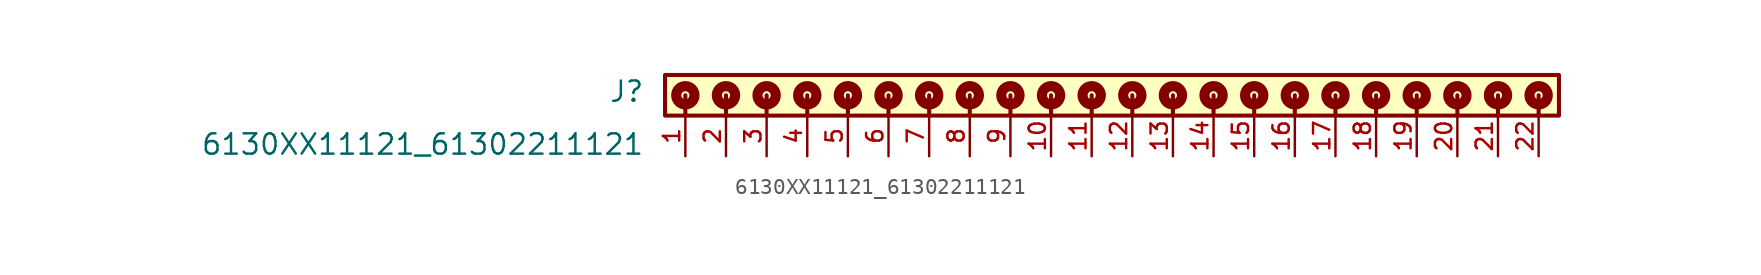
<source format=kicad_sym>
(kicad_symbol_lib
  (version 20211014)
  (generator kicad_symbol_editor)
  (symbol "6130XX11121_61302211121"
    (pin_names
      (offset 1.016))
    (property "Reference" "J"
      (at -27.94 -1.778 0)
      (effects (font (size 1.27 1.27)) (justify bottom right)))
    (property "Value" "6130XX11121_61302211121"
      (at -27.94 -5.08 0)
      (effects (font (size 1.27 1.27)) (justify bottom right)))
    (symbol "6130XX11121_61302211121_0_0"
      (polyline (pts (xy -25.4 -1.27) (xy -25.4 -2.54)) (stroke (width 0.254)))
      (polyline (pts (xy -22.86 -1.27) (xy -22.86 -2.54)) (stroke (width 0.254)))
      (polyline (pts (xy -20.32 -1.27) (xy -20.32 -2.54)) (stroke (width 0.254)))
      (polyline (pts (xy -17.78 -1.27) (xy -17.78 -2.54)) (stroke (width 0.254)))
      (polyline (pts (xy -15.24 -1.27) (xy -15.24 -2.54)) (stroke (width 0.254)))
      (polyline (pts (xy -12.7 -1.27) (xy -12.7 -2.54)) (stroke (width 0.254)))
      (polyline (pts (xy -10.16 -1.27) (xy -10.16 -2.54)) (stroke (width 0.254)))
      (polyline (pts (xy -7.62 -1.27) (xy -7.62 -2.54)) (stroke (width 0.254)))
      (polyline (pts (xy -5.08 -1.27) (xy -5.08 -2.54)) (stroke (width 0.254)))
      (polyline (pts (xy -2.54 -1.27) (xy -2.54 -2.54)) (stroke (width 0.254)))
      (polyline (pts (xy 0.0 -1.27) (xy 0.0 -2.54)) (stroke (width 0.254)))
      (polyline (pts (xy 2.54 -1.27) (xy 2.54 -2.54)) (stroke (width 0.254)))
      (polyline (pts (xy 5.08 -1.27) (xy 5.08 -2.54)) (stroke (width 0.254)))
      (polyline (pts (xy 7.62 -1.27) (xy 7.62 -2.54)) (stroke (width 0.254)))
      (polyline (pts (xy 10.16 -1.27) (xy 10.16 -2.54)) (stroke (width 0.254)))
      (polyline (pts (xy 12.7 -1.27) (xy 12.7 -2.54)) (stroke (width 0.254)))
      (polyline (pts (xy 15.24 -1.27) (xy 15.24 -2.54)) (stroke (width 0.254)))
      (polyline (pts (xy 17.78 -1.27) (xy 17.78 -2.54)) (stroke (width 0.254)))
      (polyline (pts (xy 20.32 -1.27) (xy 20.32 -2.54)) (stroke (width 0.254)))
      (polyline (pts (xy 22.86 -1.27) (xy 22.86 -2.54)) (stroke (width 0.254)))
      (polyline (pts (xy 25.4 -1.27) (xy 25.4 -2.54)) (stroke (width 0.254)))
      (polyline (pts (xy 27.94 -1.27) (xy 27.94 -2.54)) (stroke (width 0.254)))
      (circle (center -25.4 -1.27) (radius 0.254) (stroke (width 0.635)) (fill (type none)))
      (circle (center -22.86 -1.27) (radius 0.254) (stroke (width 0.635)) (fill (type none)))
      (circle (center -20.32 -1.27) (radius 0.254) (stroke (width 0.635)) (fill (type none)))
      (circle (center -17.78 -1.27) (radius 0.254) (stroke (width 0.635)) (fill (type none)))
      (circle (center -15.24 -1.27) (radius 0.254) (stroke (width 0.635)) (fill (type none)))
      (circle (center -12.7 -1.27) (radius 0.254) (stroke (width 0.635)) (fill (type none)))
      (circle (center -10.16 -1.27) (radius 0.254) (stroke (width 0.635)) (fill (type none)))
      (circle (center -7.62 -1.27) (radius 0.254) (stroke (width 0.635)) (fill (type none)))
      (circle (center -5.08 -1.27) (radius 0.254) (stroke (width 0.635)) (fill (type none)))
      (circle (center -2.54 -1.27) (radius 0.254) (stroke (width 0.635)) (fill (type none)))
      (circle (center 0.0 -1.27) (radius 0.254) (stroke (width 0.635)) (fill (type none)))
      (circle (center 2.54 -1.27) (radius 0.254) (stroke (width 0.635)) (fill (type none)))
      (circle (center 5.08 -1.27) (radius 0.254) (stroke (width 0.635)) (fill (type none)))
      (circle (center 7.62 -1.27) (radius 0.254) (stroke (width 0.635)) (fill (type none)))
      (circle (center 10.16 -1.27) (radius 0.254) (stroke (width 0.635)) (fill (type none)))
      (circle (center 12.7 -1.27) (radius 0.254) (stroke (width 0.635)) (fill (type none)))
      (circle (center 15.24 -1.27) (radius 0.254) (stroke (width 0.635)) (fill (type none)))
      (circle (center 17.78 -1.27) (radius 0.254) (stroke (width 0.635)) (fill (type none)))
      (circle (center 20.32 -1.27) (radius 0.254) (stroke (width 0.635)) (fill (type none)))
      (circle (center 22.86 -1.27) (radius 0.254) (stroke (width 0.635)) (fill (type none)))
      (circle (center 25.4 -1.27) (radius 0.254) (stroke (width 0.635)) (fill (type none)))
      (circle (center 27.94 -1.27) (radius 0.254) (stroke (width 0.635)) (fill (type none)))
      (rectangle (start -26.67 -2.54) (end 29.21 2.22044604925e-16) (stroke (width 0.254)) (fill (type background)))
      (pin passive line (at -25.4 -5.08 90.0) (length 2.54) (name "~" (effects (font (size 1.016 1.016)))) (number "1" (effects (font (size 1.016 1.016)))))
      (pin passive line (at -22.86 -5.08 90.0) (length 2.54) (name "~" (effects (font (size 1.016 1.016)))) (number "2" (effects (font (size 1.016 1.016)))))
      (pin passive line (at -20.32 -5.08 90.0) (length 2.54) (name "~" (effects (font (size 1.016 1.016)))) (number "3" (effects (font (size 1.016 1.016)))))
      (pin passive line (at -17.78 -5.08 90.0) (length 2.54) (name "~" (effects (font (size 1.016 1.016)))) (number "4" (effects (font (size 1.016 1.016)))))
      (pin passive line (at -15.24 -5.08 90.0) (length 2.54) (name "~" (effects (font (size 1.016 1.016)))) (number "5" (effects (font (size 1.016 1.016)))))
      (pin passive line (at -12.7 -5.08 90.0) (length 2.54) (name "~" (effects (font (size 1.016 1.016)))) (number "6" (effects (font (size 1.016 1.016)))))
      (pin passive line (at -10.16 -5.08 90.0) (length 2.54) (name "~" (effects (font (size 1.016 1.016)))) (number "7" (effects (font (size 1.016 1.016)))))
      (pin passive line (at -7.62 -5.08 90.0) (length 2.54) (name "~" (effects (font (size 1.016 1.016)))) (number "8" (effects (font (size 1.016 1.016)))))
      (pin passive line (at -5.08 -5.08 90.0) (length 2.54) (name "~" (effects (font (size 1.016 1.016)))) (number "9" (effects (font (size 1.016 1.016)))))
      (pin passive line (at -2.54 -5.08 90.0) (length 2.54) (name "~" (effects (font (size 1.016 1.016)))) (number "10" (effects (font (size 1.016 1.016)))))
      (pin passive line (at 0.0 -5.08 90.0) (length 2.54) (name "~" (effects (font (size 1.016 1.016)))) (number "11" (effects (font (size 1.016 1.016)))))
      (pin passive line (at 2.54 -5.08 90.0) (length 2.54) (name "~" (effects (font (size 1.016 1.016)))) (number "12" (effects (font (size 1.016 1.016)))))
      (pin passive line (at 5.08 -5.08 90.0) (length 2.54) (name "~" (effects (font (size 1.016 1.016)))) (number "13" (effects (font (size 1.016 1.016)))))
      (pin passive line (at 7.62 -5.08 90.0) (length 2.54) (name "~" (effects (font (size 1.016 1.016)))) (number "14" (effects (font (size 1.016 1.016)))))
      (pin passive line (at 10.16 -5.08 90.0) (length 2.54) (name "~" (effects (font (size 1.016 1.016)))) (number "15" (effects (font (size 1.016 1.016)))))
      (pin passive line (at 12.7 -5.08 90.0) (length 2.54) (name "~" (effects (font (size 1.016 1.016)))) (number "16" (effects (font (size 1.016 1.016)))))
      (pin passive line (at 15.24 -5.08 90.0) (length 2.54) (name "~" (effects (font (size 1.016 1.016)))) (number "17" (effects (font (size 1.016 1.016)))))
      (pin passive line (at 17.78 -5.08 90.0) (length 2.54) (name "~" (effects (font (size 1.016 1.016)))) (number "18" (effects (font (size 1.016 1.016)))))
      (pin passive line (at 20.32 -5.08 90.0) (length 2.54) (name "~" (effects (font (size 1.016 1.016)))) (number "19" (effects (font (size 1.016 1.016)))))
      (pin passive line (at 22.86 -5.08 90.0) (length 2.54) (name "~" (effects (font (size 1.016 1.016)))) (number "20" (effects (font (size 1.016 1.016)))))
      (pin passive line (at 25.4 -5.08 90.0) (length 2.54) (name "~" (effects (font (size 1.016 1.016)))) (number "21" (effects (font (size 1.016 1.016)))))
      (pin passive line (at 27.94 -5.08 90.0) (length 2.54) (name "~" (effects (font (size 1.016 1.016)))) (number "22" (effects (font (size 1.016 1.016))))))))
</source>
